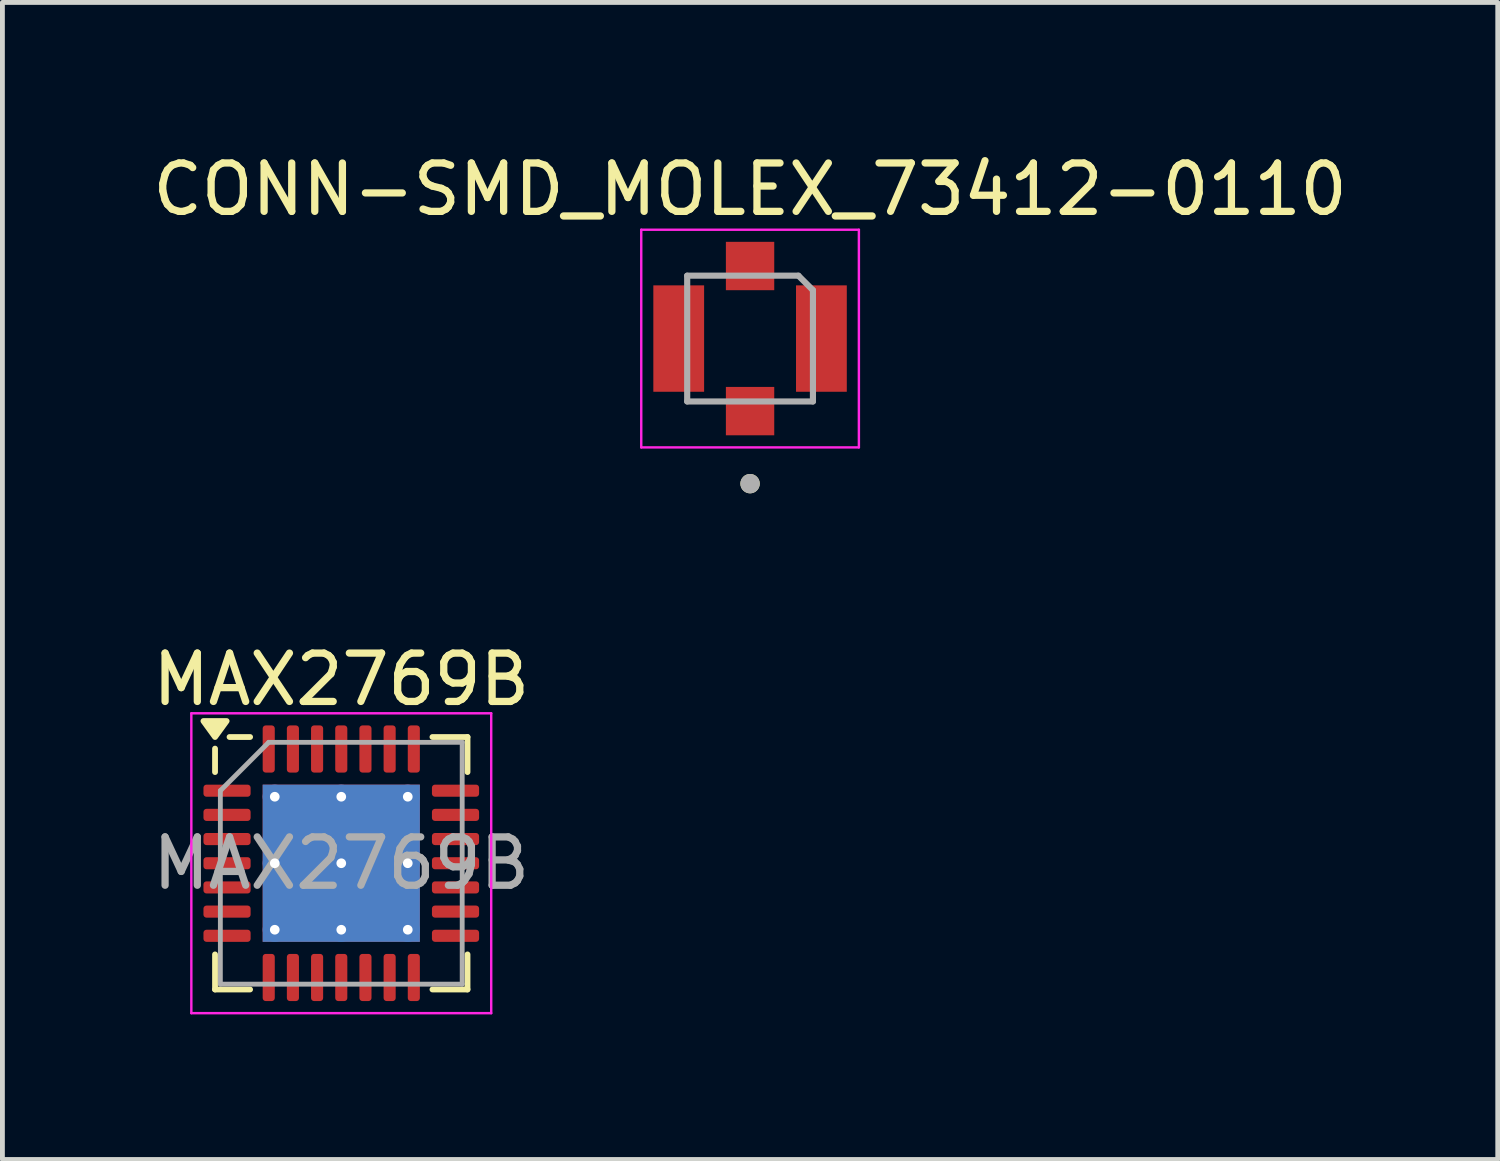
<source format=kicad_pcb>
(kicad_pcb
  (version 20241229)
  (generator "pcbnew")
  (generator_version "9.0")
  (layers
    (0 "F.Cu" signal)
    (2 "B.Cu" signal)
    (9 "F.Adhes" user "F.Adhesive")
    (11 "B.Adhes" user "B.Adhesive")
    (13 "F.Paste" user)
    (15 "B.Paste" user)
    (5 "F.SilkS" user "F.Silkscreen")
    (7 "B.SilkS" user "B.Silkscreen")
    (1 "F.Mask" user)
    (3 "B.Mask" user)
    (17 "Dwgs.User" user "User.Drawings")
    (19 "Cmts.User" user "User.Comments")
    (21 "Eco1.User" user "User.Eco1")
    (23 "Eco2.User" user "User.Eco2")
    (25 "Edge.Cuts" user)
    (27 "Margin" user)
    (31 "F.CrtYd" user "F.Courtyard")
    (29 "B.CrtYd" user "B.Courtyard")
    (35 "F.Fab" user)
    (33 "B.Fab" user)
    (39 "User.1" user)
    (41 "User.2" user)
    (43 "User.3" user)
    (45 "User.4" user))
  (footprint "CONN-SMD_MOLEX_73412-0110"
    (layer "F.Cu")
    (at 12.458 3.95)
    (property "Reference" "CONN-SMD_MOLEX_73412-0110" (at 0 -2.5 0) (layer "F.SilkS") (effects (font (size 1 1) (thickness 0.15)) (justify bottom)))
    (attr smd)
    (fp_circle (center 0 3) (end 0.1 3) (stroke (width 0.2) (type solid)) (fill no) (layer "F.SilkS"))
    (fp_line (start -2.25 -2.25) (end -2.25 2.25) (stroke (width 0.05) (type solid)) (layer "F.CrtYd"))
    (fp_line (start -2.25 2.25) (end 2.25 2.25) (stroke (width 0.05) (type solid)) (layer "F.CrtYd"))
    (fp_line (start 2.25 -2.25) (end -2.25 -2.25) (stroke (width 0.05) (type solid)) (layer "F.CrtYd"))
    (fp_line (start 2.25 2.25) (end 2.25 -2.25) (stroke (width 0.05) (type solid)) (layer "F.CrtYd"))
    (fp_line (start -1.3 -1.3) (end -1.3 1.3) (stroke (width 0.127) (type solid)) (layer "F.Fab"))
    (fp_line (start -1.3 1.3) (end 1.3 1.3) (stroke (width 0.127) (type solid)) (layer "F.Fab"))
    (fp_line (start 1 -1.3) (end -1.3 -1.3) (stroke (width 0.127) (type solid)) (layer "F.Fab"))
    (fp_line (start 1.3 -1) (end 1 -1.3) (stroke (width 0.127) (type solid)) (layer "F.Fab"))
    (fp_line (start 1.3 1.3) (end 1.3 -1) (stroke (width 0.127) (type solid)) (layer "F.Fab"))
    (fp_circle (center 0 3) (end 0.1 3) (stroke (width 0.2) (type solid)) (fill no) (layer "F.Fab"))
    (pad "1" smd rect (at 0 1.5) (size 1 1) (layers "F.Cu" "F.Mask" "F.Paste"))
    (pad "2" smd rect (at -1.475 0) (size 1.05 2.2) (layers "F.Cu" "F.Mask" "F.Paste"))
    (pad "2" smd rect (at 0 -1.5) (size 1 1) (layers "F.Cu" "F.Mask" "F.Paste"))
    (pad "2" smd rect (at 1.475 0) (size 1.05 2.2) (layers "F.Cu" "F.Mask" "F.Paste")))
  (footprint "MAX2769B"
    (layer "F.Cu")
    (at 4.006 14.798)
    (property "Reference" "MAX2769B" (at 0 -3.8 0) (layer "F.SilkS") (effects (font (size 1 1) (thickness 0.15))))
    (attr smd)
    (fp_line (start -2.61 -1.885) (end -2.61 -2.37) (stroke (width 0.12) (type solid)) (layer "F.SilkS"))
    (fp_line (start -2.61 2.61) (end -2.61 1.885) (stroke (width 0.12) (type solid)) (layer "F.SilkS"))
    (fp_line (start -1.885 -2.61) (end -2.31 -2.61) (stroke (width 0.12) (type solid)) (layer "F.SilkS"))
    (fp_line (start -1.885 2.61) (end -2.61 2.61) (stroke (width 0.12) (type solid)) (layer "F.SilkS"))
    (fp_line (start 1.885 -2.61) (end 2.61 -2.61) (stroke (width 0.12) (type solid)) (layer "F.SilkS"))
    (fp_line (start 1.885 2.61) (end 2.61 2.61) (stroke (width 0.12) (type solid)) (layer "F.SilkS"))
    (fp_line (start 2.61 -2.61) (end 2.61 -1.885) (stroke (width 0.12) (type solid)) (layer "F.SilkS"))
    (fp_line (start 2.61 2.61) (end 2.61 1.885) (stroke (width 0.12) (type solid)) (layer "F.SilkS"))
    (fp_poly (pts (xy -2.61 -2.61) (xy -2.85 -2.94) (xy -2.37 -2.94) (xy -2.61 -2.61)) (stroke (width 0.12) (type solid)) (fill yes) (layer "F.SilkS"))
    (fp_line (start -3.1 -3.1) (end -3.1 3.1) (stroke (width 0.05) (type solid)) (layer "F.CrtYd"))
    (fp_line (start -3.1 3.1) (end 3.1 3.1) (stroke (width 0.05) (type solid)) (layer "F.CrtYd"))
    (fp_line (start 3.1 -3.1) (end -3.1 -3.1) (stroke (width 0.05) (type solid)) (layer "F.CrtYd"))
    (fp_line (start 3.1 3.1) (end 3.1 -3.1) (stroke (width 0.05) (type solid)) (layer "F.CrtYd"))
    (fp_line (start -2.5 -1.5) (end -1.5 -2.5) (stroke (width 0.1) (type solid)) (layer "F.Fab"))
    (fp_line (start -2.5 2.5) (end -2.5 -1.5) (stroke (width 0.1) (type solid)) (layer "F.Fab"))
    (fp_line (start -1.5 -2.5) (end 2.5 -2.5) (stroke (width 0.1) (type solid)) (layer "F.Fab"))
    (fp_line (start 2.5 -2.5) (end 2.5 2.5) (stroke (width 0.1) (type solid)) (layer "F.Fab"))
    (fp_line (start 2.5 2.5) (end -2.5 2.5) (stroke (width 0.1) (type solid)) (layer "F.Fab"))
    (fp_text user "${REFERENCE}" (at 0 0 0) (layer "F.Fab") (effects (font (size 1 1) (thickness 0.15))))
    (pad "" smd roundrect (at -0.81 -0.81) (size 1.41 1.41) (layers "F.Paste") (roundrect_rratio 0.177))
    (pad "" smd roundrect (at -0.81 0.81) (size 1.41 1.41) (layers "F.Paste") (roundrect_rratio 0.177))
    (pad "" smd roundrect (at 0.81 -0.81) (size 1.41 1.41) (layers "F.Paste") (roundrect_rratio 0.177))
    (pad "" smd roundrect (at 0.81 0.81) (size 1.41 1.41) (layers "F.Paste") (roundrect_rratio 0.177))
    (pad "1" smd roundrect (at -2.362 -1.5) (size 0.975 0.25) (layers "F.Cu" "F.Mask" "F.Paste") (roundrect_rratio 0.25))
    (pad "2" smd roundrect (at -2.362 -1) (size 0.975 0.25) (layers "F.Cu" "F.Mask" "F.Paste") (roundrect_rratio 0.25))
    (pad "3" smd roundrect (at -2.362 -0.5) (size 0.975 0.25) (layers "F.Cu" "F.Mask" "F.Paste") (roundrect_rratio 0.25))
    (pad "4" smd roundrect (at -2.362 0) (size 0.975 0.25) (layers "F.Cu" "F.Mask" "F.Paste") (roundrect_rratio 0.25))
    (pad "5" smd roundrect (at -2.362 0.5) (size 0.975 0.25) (layers "F.Cu" "F.Mask" "F.Paste") (roundrect_rratio 0.25))
    (pad "6" smd roundrect (at -2.362 1) (size 0.975 0.25) (layers "F.Cu" "F.Mask" "F.Paste") (roundrect_rratio 0.25))
    (pad "7" smd roundrect (at -2.362 1.5) (size 0.975 0.25) (layers "F.Cu" "F.Mask" "F.Paste") (roundrect_rratio 0.25))
    (pad "8" smd roundrect (at -1.5 2.362) (size 0.25 0.975) (layers "F.Cu" "F.Mask" "F.Paste") (roundrect_rratio 0.25))
    (pad "9" smd roundrect (at -1 2.362) (size 0.25 0.975) (layers "F.Cu" "F.Mask" "F.Paste") (roundrect_rratio 0.25))
    (pad "10" smd roundrect (at -0.5 2.362) (size 0.25 0.975) (layers "F.Cu" "F.Mask" "F.Paste") (roundrect_rratio 0.25))
    (pad "11" smd roundrect (at 0 2.362) (size 0.25 0.975) (layers "F.Cu" "F.Mask" "F.Paste") (roundrect_rratio 0.25))
    (pad "12" smd roundrect (at 0.5 2.362) (size 0.25 0.975) (layers "F.Cu" "F.Mask" "F.Paste") (roundrect_rratio 0.25))
    (pad "13" smd roundrect (at 1 2.362) (size 0.25 0.975) (layers "F.Cu" "F.Mask" "F.Paste") (roundrect_rratio 0.25))
    (pad "14" smd roundrect (at 1.5 2.362) (size 0.25 0.975) (layers "F.Cu" "F.Mask" "F.Paste") (roundrect_rratio 0.25))
    (pad "15" smd roundrect (at 2.362 1.5) (size 0.975 0.25) (layers "F.Cu" "F.Mask" "F.Paste") (roundrect_rratio 0.25))
    (pad "16" smd roundrect (at 2.362 1) (size 0.975 0.25) (layers "F.Cu" "F.Mask" "F.Paste") (roundrect_rratio 0.25))
    (pad "17" smd roundrect (at 2.362 0.5) (size 0.975 0.25) (layers "F.Cu" "F.Mask" "F.Paste") (roundrect_rratio 0.25))
    (pad "18" smd roundrect (at 2.362 0) (size 0.975 0.25) (layers "F.Cu" "F.Mask" "F.Paste") (roundrect_rratio 0.25))
    (pad "19" smd roundrect (at 2.362 -0.5) (size 0.975 0.25) (layers "F.Cu" "F.Mask" "F.Paste") (roundrect_rratio 0.25))
    (pad "20" smd roundrect (at 2.362 -1) (size 0.975 0.25) (layers "F.Cu" "F.Mask" "F.Paste") (roundrect_rratio 0.25))
    (pad "21" smd roundrect (at 2.362 -1.5) (size 0.975 0.25) (layers "F.Cu" "F.Mask" "F.Paste") (roundrect_rratio 0.25))
    (pad "22" smd roundrect (at 1.5 -2.362) (size 0.25 0.975) (layers "F.Cu" "F.Mask" "F.Paste") (roundrect_rratio 0.25))
    (pad "23" smd roundrect (at 1 -2.362) (size 0.25 0.975) (layers "F.Cu" "F.Mask" "F.Paste") (roundrect_rratio 0.25))
    (pad "24" smd roundrect (at 0.5 -2.362) (size 0.25 0.975) (layers "F.Cu" "F.Mask" "F.Paste") (roundrect_rratio 0.25))
    (pad "25" smd roundrect (at 0 -2.362) (size 0.25 0.975) (layers "F.Cu" "F.Mask" "F.Paste") (roundrect_rratio 0.25))
    (pad "26" smd roundrect (at -0.5 -2.362) (size 0.25 0.975) (layers "F.Cu" "F.Mask" "F.Paste") (roundrect_rratio 0.25))
    (pad "27" smd roundrect (at -1 -2.362) (size 0.25 0.975) (layers "F.Cu" "F.Mask" "F.Paste") (roundrect_rratio 0.25))
    (pad "28" smd roundrect (at -1.5 -2.362) (size 0.25 0.975) (layers "F.Cu" "F.Mask" "F.Paste") (roundrect_rratio 0.25))
    (pad "29" thru_hole circle (at -1.375 -1.375) (size 0.5 0.5) (drill 0.2) (property pad_prop_heatsink) (layers "*.Cu"))
    (pad "29" thru_hole circle (at -1.375 0) (size 0.5 0.5) (drill 0.2) (property pad_prop_heatsink) (layers "*.Cu"))
    (pad "29" thru_hole circle (at -1.375 1.375) (size 0.5 0.5) (drill 0.2) (property pad_prop_heatsink) (layers "*.Cu"))
    (pad "29" thru_hole circle (at 0 -1.375) (size 0.5 0.5) (drill 0.2) (property pad_prop_heatsink) (layers "*.Cu"))
    (pad "29" thru_hole circle (at 0 0) (size 0.5 0.5) (drill 0.2) (property pad_prop_heatsink) (layers "*.Cu"))
    (pad "29" smd rect (at 0 0) (size 3.25 3.25) (property pad_prop_heatsink) (layers "F.Cu" "F.Mask"))
    (pad "29" smd rect (at 0 0) (size 3.25 3.25) (property pad_prop_heatsink) (layers "B.Cu"))
    (pad "29" thru_hole circle (at 0 1.375) (size 0.5 0.5) (drill 0.2) (property pad_prop_heatsink) (layers "*.Cu"))
    (pad "29" thru_hole circle (at 1.375 -1.375) (size 0.5 0.5) (drill 0.2) (property pad_prop_heatsink) (layers "*.Cu"))
    (pad "29" thru_hole circle (at 1.375 0) (size 0.5 0.5) (drill 0.2) (property pad_prop_heatsink) (layers "*.Cu"))
    (pad "29" thru_hole circle (at 1.375 1.375) (size 0.5 0.5) (drill 0.2) (property pad_prop_heatsink) (layers "*.Cu")))
  (gr_rect
    (start -3 -3)
    (end 27.917 20.923)
    (stroke (width 0.1) (type default))
    (fill no)
    (layer "Edge.Cuts")))
</source>
